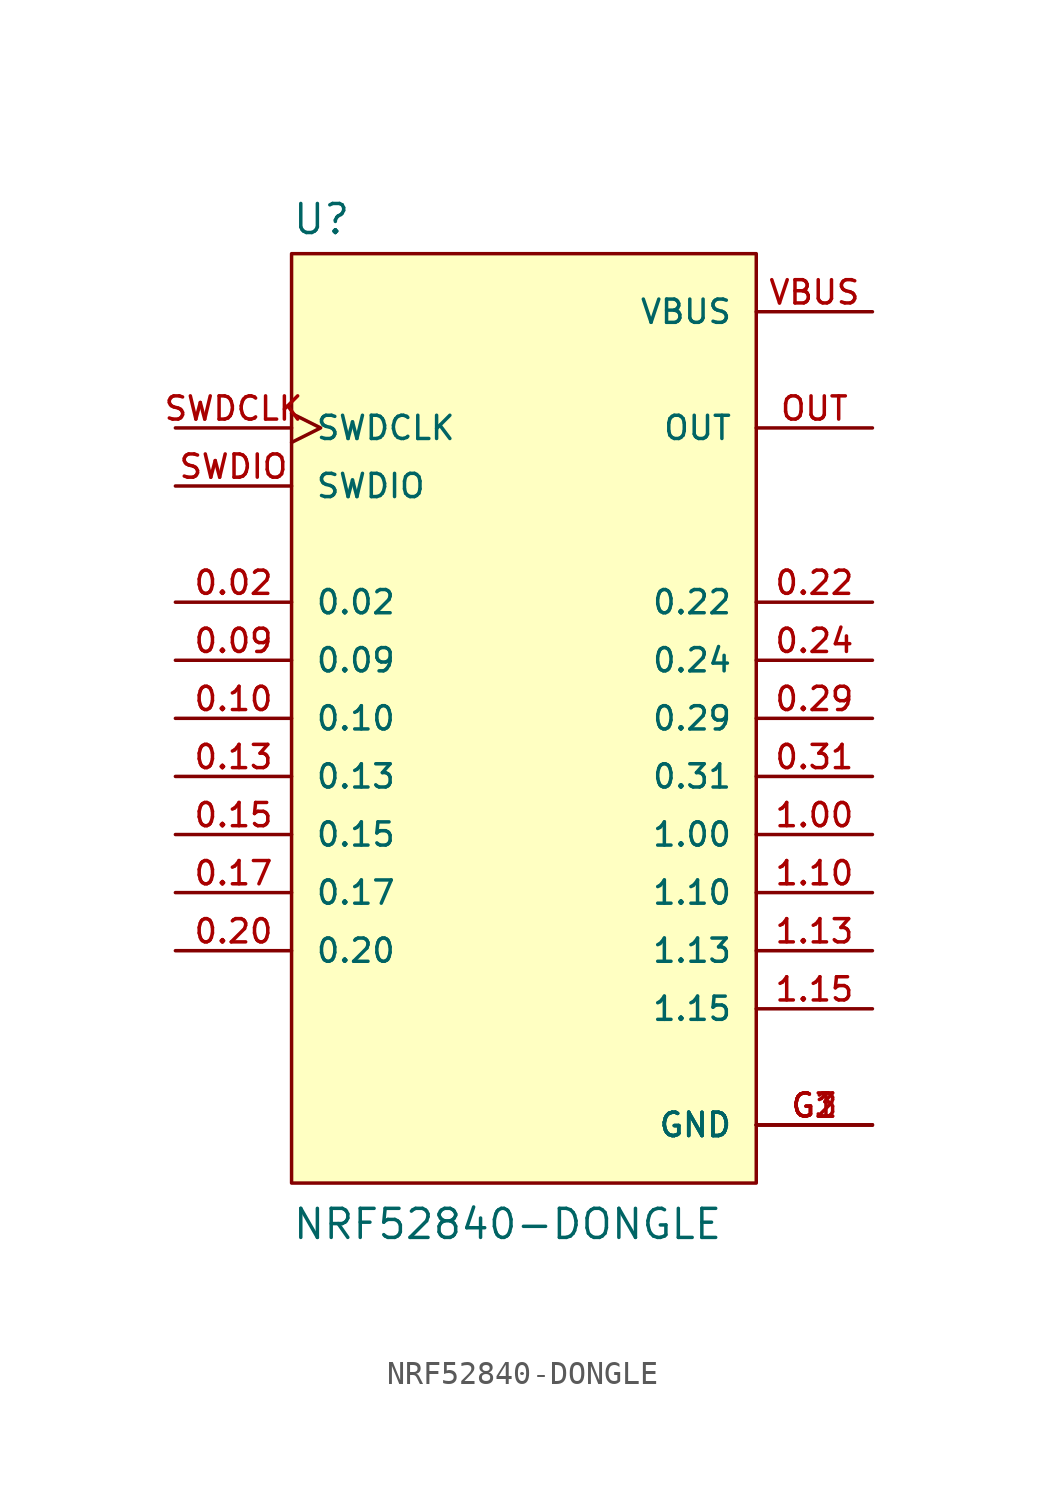
<source format=kicad_sym>
(kicad_symbol_lib
  (version 20211014)
  (generator kicad_symbol_editor)
  (symbol "NRF52840-DONGLE"
    (pin_names
      (offset 1.016))
    (property "Reference" "U"
      (at -10.16 21.082 0)
      (effects (font (size 1.27 1.27)) (justify bottom left)))
    (property "Value" "NRF52840-DONGLE"
      (at -10.16 -22.86 0)
      (effects (font (size 1.27 1.27)) (justify bottom left)))
    (symbol "NRF52840-DONGLE_0_0"
      (rectangle (start -10.16 -20.32) (end 10.16 20.32) (stroke (width 0.152)) (fill (type background)))
      (pin power_in line (at 15.24 17.78 180.0) (length 5.08) (name "VBUS" (effects (font (size 1.016 1.016)))) (number "VBUS" (effects (font (size 1.016 1.016)))))
      (pin power_in line (at 15.24 -17.78 180.0) (length 5.08) (name "GND" (effects (font (size 1.016 1.016)))) (number "G1" (effects (font (size 1.016 1.016)))))
      (pin power_in line (at 15.24 -17.78 180.0) (length 5.08) (name "GND" (effects (font (size 1.016 1.016)))) (number "G2" (effects (font (size 1.016 1.016)))))
      (pin power_in line (at 15.24 -17.78 180.0) (length 5.08) (name "GND" (effects (font (size 1.016 1.016)))) (number "G3" (effects (font (size 1.016 1.016)))))
      (pin bidirectional line (at 15.24 -2.54 180.0) (length 5.08) (name "0.31" (effects (font (size 1.016 1.016)))) (number "0.31" (effects (font (size 1.016 1.016)))))
      (pin output line (at 15.24 12.7 180.0) (length 5.08) (name "OUT" (effects (font (size 1.016 1.016)))) (number "OUT" (effects (font (size 1.016 1.016)))))
      (pin bidirectional line (at 15.24 0.0 180.0) (length 5.08) (name "0.29" (effects (font (size 1.016 1.016)))) (number "0.29" (effects (font (size 1.016 1.016)))))
      (pin bidirectional line (at -15.24 5.08 0) (length 5.08) (name "0.02" (effects (font (size 1.016 1.016)))) (number "0.02" (effects (font (size 1.016 1.016)))))
      (pin bidirectional line (at 15.24 -12.7 180.0) (length 5.08) (name "1.15" (effects (font (size 1.016 1.016)))) (number "1.15" (effects (font (size 1.016 1.016)))))
      (pin bidirectional line (at 15.24 -7.62 180.0) (length 5.08) (name "1.10" (effects (font (size 1.016 1.016)))) (number "1.10" (effects (font (size 1.016 1.016)))))
      (pin bidirectional line (at 15.24 -10.16 180.0) (length 5.08) (name "1.13" (effects (font (size 1.016 1.016)))) (number "1.13" (effects (font (size 1.016 1.016)))))
      (pin bidirectional line (at -15.24 -2.54 0) (length 5.08) (name "0.13" (effects (font (size 1.016 1.016)))) (number "0.13" (effects (font (size 1.016 1.016)))))
      (pin bidirectional line (at -15.24 -5.08 0) (length 5.08) (name "0.15" (effects (font (size 1.016 1.016)))) (number "0.15" (effects (font (size 1.016 1.016)))))
      (pin bidirectional line (at -15.24 -7.62 0) (length 5.08) (name "0.17" (effects (font (size 1.016 1.016)))) (number "0.17" (effects (font (size 1.016 1.016)))))
      (pin bidirectional line (at -15.24 -10.16 0) (length 5.08) (name "0.20" (effects (font (size 1.016 1.016)))) (number "0.20" (effects (font (size 1.016 1.016)))))
      (pin bidirectional line (at 15.24 5.08 180.0) (length 5.08) (name "0.22" (effects (font (size 1.016 1.016)))) (number "0.22" (effects (font (size 1.016 1.016)))))
      (pin bidirectional line (at 15.24 2.54 180.0) (length 5.08) (name "0.24" (effects (font (size 1.016 1.016)))) (number "0.24" (effects (font (size 1.016 1.016)))))
      (pin bidirectional line (at 15.24 -5.08 180.0) (length 5.08) (name "1.00" (effects (font (size 1.016 1.016)))) (number "1.00" (effects (font (size 1.016 1.016)))))
      (pin bidirectional line (at -15.24 2.54 0) (length 5.08) (name "0.09" (effects (font (size 1.016 1.016)))) (number "0.09" (effects (font (size 1.016 1.016)))))
      (pin bidirectional line (at -15.24 0.0 0) (length 5.08) (name "0.10" (effects (font (size 1.016 1.016)))) (number "0.10" (effects (font (size 1.016 1.016)))))
      (pin bidirectional line (at -15.24 10.16 0) (length 5.08) (name "SWDIO" (effects (font (size 1.016 1.016)))) (number "SWDIO" (effects (font (size 1.016 1.016)))))
      (pin input clock (at -15.24 12.7 0) (length 5.08) (name "SWDCLK" (effects (font (size 1.016 1.016)))) (number "SWDCLK" (effects (font (size 1.016 1.016))))))))
</source>
